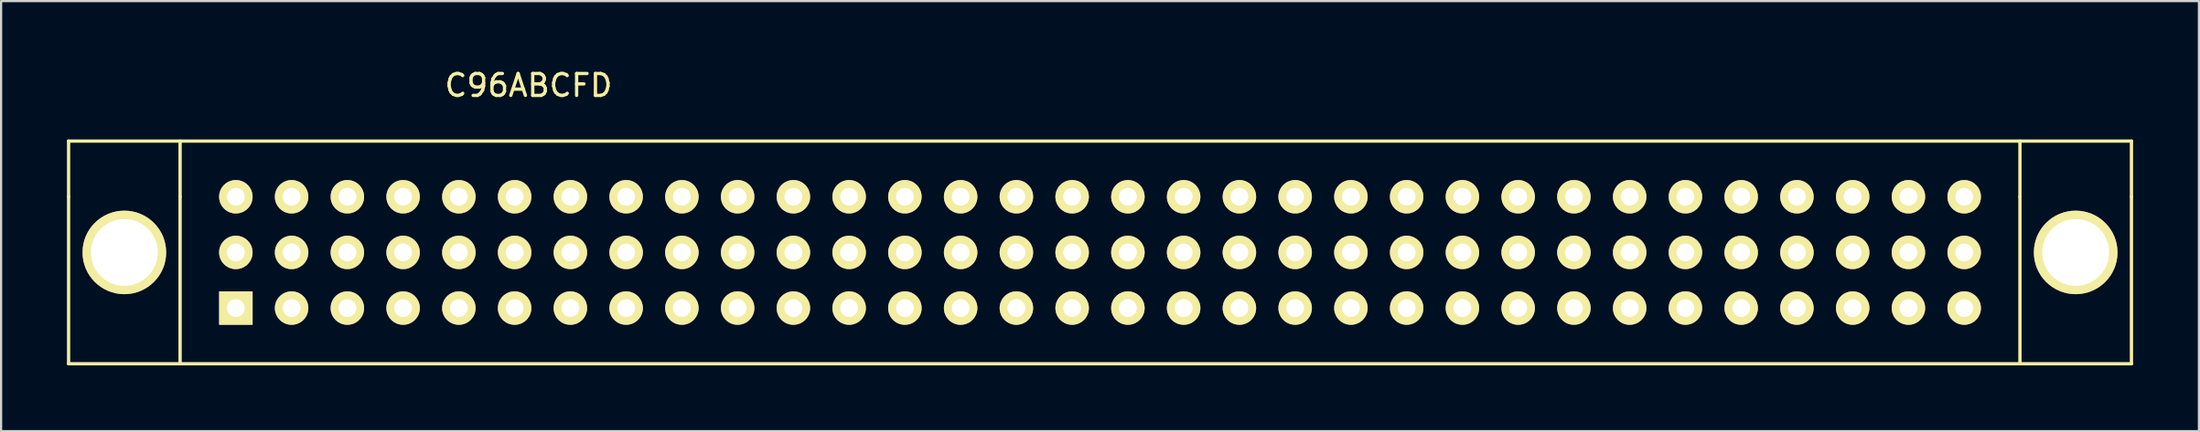
<source format=kicad_pcb>
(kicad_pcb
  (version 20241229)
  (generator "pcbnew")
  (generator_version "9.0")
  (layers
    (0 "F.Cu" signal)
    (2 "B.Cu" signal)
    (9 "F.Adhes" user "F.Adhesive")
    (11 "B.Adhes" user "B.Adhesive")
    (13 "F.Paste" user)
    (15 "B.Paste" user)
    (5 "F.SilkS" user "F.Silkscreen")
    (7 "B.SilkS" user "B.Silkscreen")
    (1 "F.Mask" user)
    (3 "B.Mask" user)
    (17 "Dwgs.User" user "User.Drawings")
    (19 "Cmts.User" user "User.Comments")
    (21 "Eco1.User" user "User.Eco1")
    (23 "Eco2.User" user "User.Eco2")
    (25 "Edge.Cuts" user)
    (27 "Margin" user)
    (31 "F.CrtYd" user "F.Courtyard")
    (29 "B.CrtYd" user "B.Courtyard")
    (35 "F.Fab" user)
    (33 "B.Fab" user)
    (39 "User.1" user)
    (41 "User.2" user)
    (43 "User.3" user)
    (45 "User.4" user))
  (footprint "C96ABCFD"
    (layer "F.Cu")
    (at 47.065 8.468)
    (property "Reference" "C96ABCFD" (at -26.035 -7.62 0) (layer "F.SilkS") (effects (font (size 1 1) (thickness 0.15))))
    (attr through_hole)
    (fp_line (start -46.99 -5.08) (end 46.99 -5.08) (stroke (width 0.15) (type solid)) (layer "F.SilkS"))
    (fp_line (start -46.99 -2.54) (end -46.99 -5.08) (stroke (width 0.15) (type solid)) (layer "F.SilkS"))
    (fp_line (start -46.99 -2.54) (end -46.99 5.08) (stroke (width 0.15) (type solid)) (layer "F.SilkS"))
    (fp_line (start -46.99 5.08) (end 46.99 5.08) (stroke (width 0.15) (type solid)) (layer "F.SilkS"))
    (fp_line (start -41.91 -2.54) (end -41.91 -5.08) (stroke (width 0.15) (type solid)) (layer "F.SilkS"))
    (fp_line (start -41.91 -2.54) (end -41.91 5.08) (stroke (width 0.15) (type solid)) (layer "F.SilkS"))
    (fp_line (start 41.91 -5.08) (end 41.91 -2.54) (stroke (width 0.15) (type solid)) (layer "F.SilkS"))
    (fp_line (start 41.91 -2.54) (end 41.91 5.08) (stroke (width 0.15) (type solid)) (layer "F.SilkS"))
    (fp_line (start 46.99 -5.08) (end 46.99 -2.54) (stroke (width 0.15) (type solid)) (layer "F.SilkS"))
    (fp_line (start 46.99 5.08) (end 46.99 -2.54) (stroke (width 0.15) (type solid)) (layer "F.SilkS"))
    (pad "65" thru_hole circle (at -44.45 0) (size 3.81 3.81) (drill 3.048) (layers "*.Cu" "*.Mask" "F.SilkS"))
    (pad "66" thru_hole circle (at 44.45 0) (size 3.81 3.81) (drill 3.048) (layers "*.Cu" "*.Mask" "F.SilkS"))
    (pad "A1" thru_hole rect (at -39.37 2.54) (size 1.524 1.524) (drill 0.813) (layers "*.Cu" "*.Mask" "F.SilkS"))
    (pad "A2" thru_hole circle (at -36.83 2.54) (size 1.524 1.524) (drill 0.813) (layers "*.Cu" "*.Mask" "F.SilkS"))
    (pad "A3" thru_hole circle (at -34.29 2.54) (size 1.524 1.524) (drill 0.813) (layers "*.Cu" "*.Mask" "F.SilkS"))
    (pad "A4" thru_hole circle (at -31.75 2.54) (size 1.524 1.524) (drill 0.813) (layers "*.Cu" "*.Mask" "F.SilkS"))
    (pad "A5" thru_hole circle (at -29.21 2.54) (size 1.524 1.524) (drill 0.813) (layers "*.Cu" "*.Mask" "F.SilkS"))
    (pad "A6" thru_hole circle (at -26.67 2.54) (size 1.524 1.524) (drill 0.813) (layers "*.Cu" "*.Mask" "F.SilkS"))
    (pad "A7" thru_hole circle (at -24.13 2.54) (size 1.524 1.524) (drill 0.813) (layers "*.Cu" "*.Mask" "F.SilkS"))
    (pad "A8" thru_hole circle (at -21.59 2.54) (size 1.524 1.524) (drill 0.813) (layers "*.Cu" "*.Mask" "F.SilkS"))
    (pad "A9" thru_hole circle (at -19.05 2.54) (size 1.524 1.524) (drill 0.813) (layers "*.Cu" "*.Mask" "F.SilkS"))
    (pad "A10" thru_hole circle (at -16.51 2.54) (size 1.524 1.524) (drill 0.813) (layers "*.Cu" "*.Mask" "F.SilkS"))
    (pad "A11" thru_hole circle (at -13.97 2.54) (size 1.524 1.524) (drill 0.813) (layers "*.Cu" "*.Mask" "F.SilkS"))
    (pad "A12" thru_hole circle (at -11.43 2.54) (size 1.524 1.524) (drill 0.813) (layers "*.Cu" "*.Mask" "F.SilkS"))
    (pad "A13" thru_hole circle (at -8.89 2.54) (size 1.524 1.524) (drill 0.813) (layers "*.Cu" "*.Mask" "F.SilkS"))
    (pad "A14" thru_hole circle (at -6.35 2.54) (size 1.524 1.524) (drill 0.813) (layers "*.Cu" "*.Mask" "F.SilkS"))
    (pad "A15" thru_hole circle (at -3.81 2.54) (size 1.524 1.524) (drill 0.813) (layers "*.Cu" "*.Mask" "F.SilkS"))
    (pad "A16" thru_hole circle (at -1.27 2.54) (size 1.524 1.524) (drill 0.813) (layers "*.Cu" "*.Mask" "F.SilkS"))
    (pad "A17" thru_hole circle (at 1.27 2.54) (size 1.524 1.524) (drill 0.813) (layers "*.Cu" "*.Mask" "F.SilkS"))
    (pad "A18" thru_hole circle (at 3.81 2.54) (size 1.524 1.524) (drill 0.813) (layers "*.Cu" "*.Mask" "F.SilkS"))
    (pad "A19" thru_hole circle (at 6.35 2.54) (size 1.524 1.524) (drill 0.813) (layers "*.Cu" "*.Mask" "F.SilkS"))
    (pad "A20" thru_hole circle (at 8.89 2.54) (size 1.524 1.524) (drill 0.813) (layers "*.Cu" "*.Mask" "F.SilkS"))
    (pad "A21" thru_hole circle (at 11.43 2.54) (size 1.524 1.524) (drill 0.813) (layers "*.Cu" "*.Mask" "F.SilkS"))
    (pad "A22" thru_hole circle (at 13.97 2.54) (size 1.524 1.524) (drill 0.813) (layers "*.Cu" "*.Mask" "F.SilkS"))
    (pad "A23" thru_hole circle (at 16.51 2.54) (size 1.524 1.524) (drill 0.813) (layers "*.Cu" "*.Mask" "F.SilkS"))
    (pad "A24" thru_hole circle (at 19.05 2.54) (size 1.524 1.524) (drill 0.813) (layers "*.Cu" "*.Mask" "F.SilkS"))
    (pad "A25" thru_hole circle (at 21.59 2.54) (size 1.524 1.524) (drill 0.813) (layers "*.Cu" "*.Mask" "F.SilkS"))
    (pad "A26" thru_hole circle (at 24.13 2.54) (size 1.524 1.524) (drill 0.813) (layers "*.Cu" "*.Mask" "F.SilkS"))
    (pad "A27" thru_hole circle (at 26.67 2.54) (size 1.524 1.524) (drill 0.813) (layers "*.Cu" "*.Mask" "F.SilkS"))
    (pad "A28" thru_hole circle (at 29.21 2.54) (size 1.524 1.524) (drill 0.813) (layers "*.Cu" "*.Mask" "F.SilkS"))
    (pad "A29" thru_hole circle (at 31.75 2.54) (size 1.524 1.524) (drill 0.813) (layers "*.Cu" "*.Mask" "F.SilkS"))
    (pad "A30" thru_hole circle (at 34.29 2.54) (size 1.524 1.524) (drill 0.813) (layers "*.Cu" "*.Mask" "F.SilkS"))
    (pad "A31" thru_hole circle (at 36.83 2.54) (size 1.524 1.524) (drill 0.813) (layers "*.Cu" "*.Mask" "F.SilkS"))
    (pad "A32" thru_hole circle (at 39.37 2.54) (size 1.524 1.524) (drill 0.813) (layers "*.Cu" "*.Mask" "F.SilkS"))
    (pad "B1" thru_hole circle (at -39.37 0) (size 1.524 1.524) (drill 0.813) (layers "*.Cu" "*.Mask" "F.SilkS"))
    (pad "B2" thru_hole circle (at -36.83 0) (size 1.524 1.524) (drill 0.813) (layers "*.Cu" "*.Mask" "F.SilkS"))
    (pad "B3" thru_hole circle (at -34.29 0) (size 1.524 1.524) (drill 0.813) (layers "*.Cu" "*.Mask" "F.SilkS"))
    (pad "B4" thru_hole circle (at -31.75 0) (size 1.524 1.524) (drill 0.813) (layers "*.Cu" "*.Mask" "F.SilkS"))
    (pad "B5" thru_hole circle (at -29.21 0) (size 1.524 1.524) (drill 0.813) (layers "*.Cu" "*.Mask" "F.SilkS"))
    (pad "B6" thru_hole circle (at -26.67 0) (size 1.524 1.524) (drill 0.813) (layers "*.Cu" "*.Mask" "F.SilkS"))
    (pad "B7" thru_hole circle (at -24.13 0) (size 1.524 1.524) (drill 0.813) (layers "*.Cu" "*.Mask" "F.SilkS"))
    (pad "B8" thru_hole circle (at -21.59 0) (size 1.524 1.524) (drill 0.813) (layers "*.Cu" "*.Mask" "F.SilkS"))
    (pad "B9" thru_hole circle (at -19.05 0) (size 1.524 1.524) (drill 0.813) (layers "*.Cu" "*.Mask" "F.SilkS"))
    (pad "B10" thru_hole circle (at -16.51 0) (size 1.524 1.524) (drill 0.813) (layers "*.Cu" "*.Mask" "F.SilkS"))
    (pad "B11" thru_hole circle (at -13.97 0) (size 1.524 1.524) (drill 0.813) (layers "*.Cu" "*.Mask" "F.SilkS"))
    (pad "B12" thru_hole circle (at -11.43 0) (size 1.524 1.524) (drill 0.813) (layers "*.Cu" "*.Mask" "F.SilkS"))
    (pad "B13" thru_hole circle (at -8.89 0) (size 1.524 1.524) (drill 0.813) (layers "*.Cu" "*.Mask" "F.SilkS"))
    (pad "B14" thru_hole circle (at -6.35 0) (size 1.524 1.524) (drill 0.813) (layers "*.Cu" "*.Mask" "F.SilkS"))
    (pad "B15" thru_hole circle (at -3.81 0) (size 1.524 1.524) (drill 0.813) (layers "*.Cu" "*.Mask" "F.SilkS"))
    (pad "B16" thru_hole circle (at -1.27 0) (size 1.524 1.524) (drill 0.813) (layers "*.Cu" "*.Mask" "F.SilkS"))
    (pad "B17" thru_hole circle (at 1.27 0) (size 1.524 1.524) (drill 0.813) (layers "*.Cu" "*.Mask" "F.SilkS"))
    (pad "B18" thru_hole circle (at 3.81 0) (size 1.524 1.524) (drill 0.813) (layers "*.Cu" "*.Mask" "F.SilkS"))
    (pad "B19" thru_hole circle (at 6.35 0) (size 1.524 1.524) (drill 0.813) (layers "*.Cu" "*.Mask" "F.SilkS"))
    (pad "B20" thru_hole circle (at 8.89 0) (size 1.524 1.524) (drill 0.813) (layers "*.Cu" "*.Mask" "F.SilkS"))
    (pad "B21" thru_hole circle (at 11.43 0) (size 1.524 1.524) (drill 0.813) (layers "*.Cu" "*.Mask" "F.SilkS"))
    (pad "B22" thru_hole circle (at 13.97 0) (size 1.524 1.524) (drill 0.813) (layers "*.Cu" "*.Mask" "F.SilkS"))
    (pad "B23" thru_hole circle (at 16.51 0) (size 1.524 1.524) (drill 0.813) (layers "*.Cu" "*.Mask" "F.SilkS"))
    (pad "B24" thru_hole circle (at 19.05 0) (size 1.524 1.524) (drill 0.813) (layers "*.Cu" "*.Mask" "F.SilkS"))
    (pad "B25" thru_hole circle (at 21.59 0) (size 1.524 1.524) (drill 0.813) (layers "*.Cu" "*.Mask" "F.SilkS"))
    (pad "B26" thru_hole circle (at 24.13 0) (size 1.524 1.524) (drill 0.813) (layers "*.Cu" "*.Mask" "F.SilkS"))
    (pad "B27" thru_hole circle (at 26.67 0) (size 1.524 1.524) (drill 0.813) (layers "*.Cu" "*.Mask" "F.SilkS"))
    (pad "B28" thru_hole circle (at 29.21 0) (size 1.524 1.524) (drill 0.813) (layers "*.Cu" "*.Mask" "F.SilkS"))
    (pad "B29" thru_hole circle (at 31.75 0) (size 1.524 1.524) (drill 0.813) (layers "*.Cu" "*.Mask" "F.SilkS"))
    (pad "B30" thru_hole circle (at 34.29 0) (size 1.524 1.524) (drill 0.813) (layers "*.Cu" "*.Mask" "F.SilkS"))
    (pad "B31" thru_hole circle (at 36.83 0) (size 1.524 1.524) (drill 0.813) (layers "*.Cu" "*.Mask" "F.SilkS"))
    (pad "B32" thru_hole circle (at 39.37 0) (size 1.524 1.524) (drill 0.813) (layers "*.Cu" "*.Mask" "F.SilkS"))
    (pad "C1" thru_hole circle (at -39.37 -2.54) (size 1.524 1.524) (drill 0.813) (layers "*.Cu" "*.Mask" "F.SilkS"))
    (pad "C2" thru_hole circle (at -36.83 -2.54) (size 1.524 1.524) (drill 0.813) (layers "*.Cu" "*.Mask" "F.SilkS"))
    (pad "C3" thru_hole circle (at -34.29 -2.54) (size 1.524 1.524) (drill 0.813) (layers "*.Cu" "*.Mask" "F.SilkS"))
    (pad "C4" thru_hole circle (at -31.75 -2.54) (size 1.524 1.524) (drill 0.813) (layers "*.Cu" "*.Mask" "F.SilkS"))
    (pad "C5" thru_hole circle (at -29.21 -2.54) (size 1.524 1.524) (drill 0.813) (layers "*.Cu" "*.Mask" "F.SilkS"))
    (pad "C6" thru_hole circle (at -26.67 -2.54) (size 1.524 1.524) (drill 0.813) (layers "*.Cu" "*.Mask" "F.SilkS"))
    (pad "C7" thru_hole circle (at -24.13 -2.54) (size 1.524 1.524) (drill 0.813) (layers "*.Cu" "*.Mask" "F.SilkS"))
    (pad "C8" thru_hole circle (at -21.59 -2.54) (size 1.524 1.524) (drill 0.813) (layers "*.Cu" "*.Mask" "F.SilkS"))
    (pad "C9" thru_hole circle (at -19.05 -2.54) (size 1.524 1.524) (drill 0.813) (layers "*.Cu" "*.Mask" "F.SilkS"))
    (pad "C10" thru_hole circle (at -16.51 -2.54) (size 1.524 1.524) (drill 0.813) (layers "*.Cu" "*.Mask" "F.SilkS"))
    (pad "C11" thru_hole circle (at -13.97 -2.54) (size 1.524 1.524) (drill 0.813) (layers "*.Cu" "*.Mask" "F.SilkS"))
    (pad "C12" thru_hole circle (at -11.43 -2.54) (size 1.524 1.524) (drill 0.813) (layers "*.Cu" "*.Mask" "F.SilkS"))
    (pad "C13" thru_hole circle (at -8.89 -2.54) (size 1.524 1.524) (drill 0.813) (layers "*.Cu" "*.Mask" "F.SilkS"))
    (pad "C14" thru_hole circle (at -6.35 -2.54) (size 1.524 1.524) (drill 0.813) (layers "*.Cu" "*.Mask" "F.SilkS"))
    (pad "C15" thru_hole circle (at -3.81 -2.54) (size 1.524 1.524) (drill 0.813) (layers "*.Cu" "*.Mask" "F.SilkS"))
    (pad "C16" thru_hole circle (at -1.27 -2.54) (size 1.524 1.524) (drill 0.813) (layers "*.Cu" "*.Mask" "F.SilkS"))
    (pad "C17" thru_hole circle (at 1.27 -2.54) (size 1.524 1.524) (drill 0.813) (layers "*.Cu" "*.Mask" "F.SilkS"))
    (pad "C18" thru_hole circle (at 3.81 -2.54) (size 1.524 1.524) (drill 0.813) (layers "*.Cu" "*.Mask" "F.SilkS"))
    (pad "C19" thru_hole circle (at 6.35 -2.54) (size 1.524 1.524) (drill 0.813) (layers "*.Cu" "*.Mask" "F.SilkS"))
    (pad "C20" thru_hole circle (at 8.89 -2.54) (size 1.524 1.524) (drill 0.813) (layers "*.Cu" "*.Mask" "F.SilkS"))
    (pad "C21" thru_hole circle (at 11.43 -2.54) (size 1.524 1.524) (drill 0.813) (layers "*.Cu" "*.Mask" "F.SilkS"))
    (pad "C22" thru_hole circle (at 13.97 -2.54) (size 1.524 1.524) (drill 0.813) (layers "*.Cu" "*.Mask" "F.SilkS"))
    (pad "C23" thru_hole circle (at 16.51 -2.54) (size 1.524 1.524) (drill 0.813) (layers "*.Cu" "*.Mask" "F.SilkS"))
    (pad "C24" thru_hole circle (at 19.05 -2.54) (size 1.524 1.524) (drill 0.813) (layers "*.Cu" "*.Mask" "F.SilkS"))
    (pad "C25" thru_hole circle (at 21.59 -2.54) (size 1.524 1.524) (drill 0.813) (layers "*.Cu" "*.Mask" "F.SilkS"))
    (pad "C26" thru_hole circle (at 24.13 -2.54) (size 1.524 1.524) (drill 0.813) (layers "*.Cu" "*.Mask" "F.SilkS"))
    (pad "C27" thru_hole circle (at 26.67 -2.54) (size 1.524 1.524) (drill 0.813) (layers "*.Cu" "*.Mask" "F.SilkS"))
    (pad "C28" thru_hole circle (at 29.21 -2.54) (size 1.524 1.524) (drill 0.813) (layers "*.Cu" "*.Mask" "F.SilkS"))
    (pad "C29" thru_hole circle (at 31.75 -2.54) (size 1.524 1.524) (drill 0.813) (layers "*.Cu" "*.Mask" "F.SilkS"))
    (pad "C30" thru_hole circle (at 34.29 -2.54) (size 1.524 1.524) (drill 0.813) (layers "*.Cu" "*.Mask" "F.SilkS"))
    (pad "C31" thru_hole circle (at 36.83 -2.54) (size 1.524 1.524) (drill 0.813) (layers "*.Cu" "*.Mask" "F.SilkS"))
    (pad "C32" thru_hole circle (at 39.37 -2.54) (size 1.524 1.524) (drill 0.813) (layers "*.Cu" "*.Mask" "F.SilkS")))
  (gr_rect
    (start -3 -3)
    (end 97.13 16.623)
    (stroke (width 0.1) (type default))
    (fill no)
    (layer "Edge.Cuts")))
</source>
